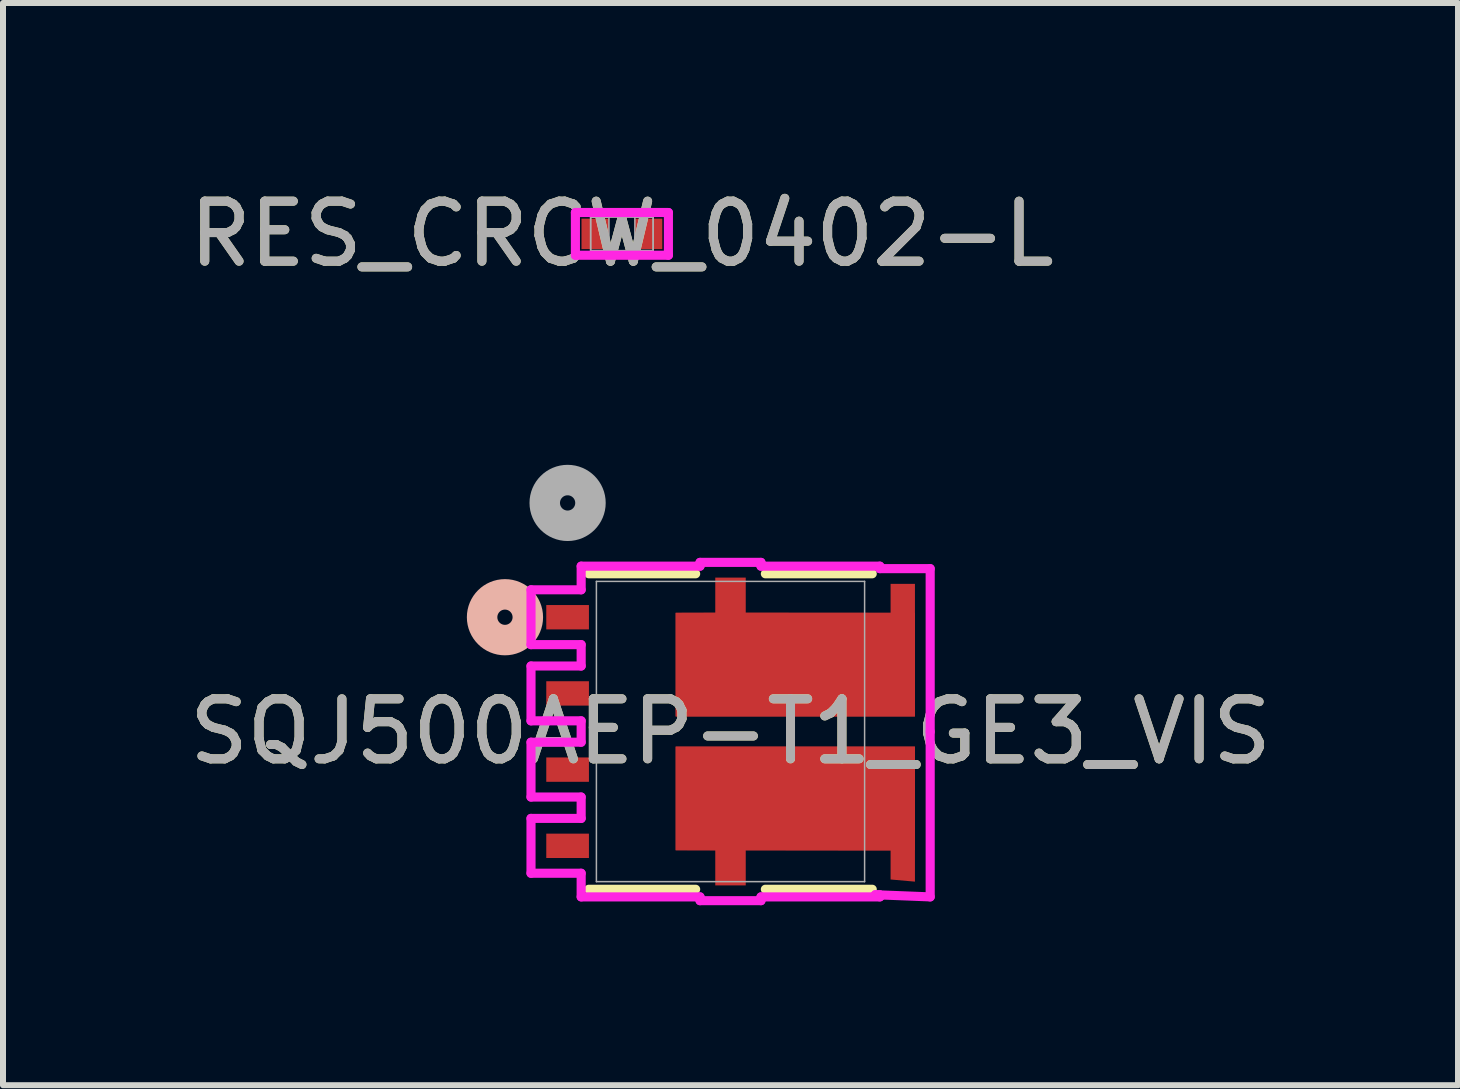
<source format=kicad_pcb>
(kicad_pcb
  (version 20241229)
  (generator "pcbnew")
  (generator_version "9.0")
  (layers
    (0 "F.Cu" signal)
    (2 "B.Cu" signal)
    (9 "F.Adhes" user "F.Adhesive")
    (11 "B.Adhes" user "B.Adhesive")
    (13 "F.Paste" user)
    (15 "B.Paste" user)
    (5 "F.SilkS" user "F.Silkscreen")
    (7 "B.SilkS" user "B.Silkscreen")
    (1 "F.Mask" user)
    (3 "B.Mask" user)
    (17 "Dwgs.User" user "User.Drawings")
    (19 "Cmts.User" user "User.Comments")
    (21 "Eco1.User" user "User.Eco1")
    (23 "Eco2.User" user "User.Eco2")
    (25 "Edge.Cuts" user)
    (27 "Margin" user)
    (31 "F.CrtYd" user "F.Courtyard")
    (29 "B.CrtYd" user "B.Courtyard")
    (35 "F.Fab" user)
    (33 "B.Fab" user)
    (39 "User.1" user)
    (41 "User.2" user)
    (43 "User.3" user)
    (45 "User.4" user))
  (footprint "SQJ500AEP-T1_GE3_VIS"
    (layer "F.Cu")
    (at 9.125 9.142)
    (property "Reference" "SQJ500AEP-T1_GE3_VIS" (at 0 0 0) (unlocked yes) (layer "F.SilkS") (effects (font (size 1 1) (thickness 0.15))))
    (attr smd)
    (fp_poly (pts (xy -0.914 0.251) (xy 3.074 0.251) (xy 3.074 2.502) (xy 2.668 2.466) (xy 2.668 1.984) (xy 0.254 1.981) (xy 0.254 2.565) (xy -0.254 2.565) (xy -0.254 1.981) (xy -0.914 1.979)) (stroke (width 0) (type solid)) (fill yes) (layer "F.Cu"))
    (fp_poly (pts (xy -0.254 -2.565) (xy -0.254 -1.981) (xy -0.914 -1.979) (xy -0.914 -0.251) (xy 3.074 -0.251) (xy 3.074 -2.461) (xy 2.668 -2.461) (xy 2.668 -1.979) (xy 0.254 -1.981) (xy 0.254 -2.565)) (stroke (width 0) (type solid)) (fill yes) (layer "F.Cu"))
    (fp_poly (pts (xy -0.914 0.251) (xy 3.074 0.251) (xy 3.074 2.502) (xy 2.668 2.466) (xy 2.668 1.984) (xy 0.254 1.981) (xy 0.254 2.565) (xy -0.254 2.565) (xy -0.254 1.981) (xy -0.914 1.979)) (stroke (width 0) (type solid)) (fill yes) (layer "F.Mask"))
    (fp_poly (pts (xy -0.254 -2.565) (xy -0.254 -1.981) (xy -0.914 -1.979) (xy -0.914 -0.251) (xy 3.074 -0.251) (xy 3.074 -2.461) (xy 2.668 -2.461) (xy 2.668 -1.979) (xy 0.254 -1.981) (xy 0.254 -2.565)) (stroke (width 0) (type solid)) (fill yes) (layer "F.Mask"))
    (fp_line (start -2.362 2.629) (end -0.581 2.629) (stroke (width 0.152) (type solid)) (layer "F.SilkS"))
    (fp_line (start -0.581 -2.629) (end -2.362 -2.629) (stroke (width 0.152) (type solid)) (layer "F.SilkS"))
    (fp_line (start 0.581 2.629) (end 2.362 2.629) (stroke (width 0.152) (type solid)) (layer "F.SilkS"))
    (fp_line (start 2.362 -2.629) (end 0.581 -2.629) (stroke (width 0.152) (type solid)) (layer "F.SilkS"))
    (fp_circle (center -3.759 -1.905) (end -3.378 -1.905) (stroke (width 0.508) (type solid)) (fill no) (layer "B.SilkS"))
    (fp_poly (pts (xy -0.914 0.251) (xy 3.074 0.251) (xy 3.074 2.502) (xy 2.668 2.466) (xy 2.668 1.984) (xy 0.254 1.981) (xy 0.254 2.565) (xy -0.254 2.565) (xy -0.254 1.981) (xy -0.914 1.979)) (stroke (width 0) (type solid)) (fill yes) (layer "F.Paste"))
    (fp_poly (pts (xy -0.254 -2.565) (xy -0.254 -1.981) (xy -0.914 -1.979) (xy -0.914 -0.251) (xy 3.074 -0.251) (xy 3.074 -2.461) (xy 2.668 -2.461) (xy 2.668 -1.979) (xy 0.254 -1.981) (xy 0.254 -2.565)) (stroke (width 0) (type solid)) (fill yes) (layer "F.Paste"))
    (fp_line (start -3.325 -2.362) (end -3.325 -1.448) (stroke (width 0.152) (type solid)) (layer "F.CrtYd"))
    (fp_line (start -3.325 -1.448) (end -2.489 -1.448) (stroke (width 0.152) (type solid)) (layer "F.CrtYd"))
    (fp_line (start -3.325 -1.092) (end -3.325 -0.178) (stroke (width 0.152) (type solid)) (layer "F.CrtYd"))
    (fp_line (start -3.325 -0.178) (end -2.489 -0.178) (stroke (width 0.152) (type solid)) (layer "F.CrtYd"))
    (fp_line (start -3.325 0.178) (end -3.325 1.092) (stroke (width 0.152) (type solid)) (layer "F.CrtYd"))
    (fp_line (start -3.325 1.092) (end -2.489 1.092) (stroke (width 0.152) (type solid)) (layer "F.CrtYd"))
    (fp_line (start -3.325 1.448) (end -3.325 2.362) (stroke (width 0.152) (type solid)) (layer "F.CrtYd"))
    (fp_line (start -3.325 2.362) (end -2.489 2.362) (stroke (width 0.152) (type solid)) (layer "F.CrtYd"))
    (fp_line (start -2.489 -2.756) (end -2.489 -2.362) (stroke (width 0.152) (type solid)) (layer "F.CrtYd"))
    (fp_line (start -2.489 -2.362) (end -3.325 -2.362) (stroke (width 0.152) (type solid)) (layer "F.CrtYd"))
    (fp_line (start -2.489 -1.448) (end -2.489 -1.092) (stroke (width 0.152) (type solid)) (layer "F.CrtYd"))
    (fp_line (start -2.489 -1.092) (end -3.325 -1.092) (stroke (width 0.152) (type solid)) (layer "F.CrtYd"))
    (fp_line (start -2.489 -0.178) (end -2.489 0.178) (stroke (width 0.152) (type solid)) (layer "F.CrtYd"))
    (fp_line (start -2.489 0.178) (end -3.325 0.178) (stroke (width 0.152) (type solid)) (layer "F.CrtYd"))
    (fp_line (start -2.489 1.092) (end -2.489 1.448) (stroke (width 0.152) (type solid)) (layer "F.CrtYd"))
    (fp_line (start -2.489 1.448) (end -3.325 1.448) (stroke (width 0.152) (type solid)) (layer "F.CrtYd"))
    (fp_line (start -2.489 2.362) (end -2.489 2.756) (stroke (width 0.152) (type solid)) (layer "F.CrtYd"))
    (fp_line (start -2.489 2.756) (end -0.508 2.756) (stroke (width 0.152) (type solid)) (layer "F.CrtYd"))
    (fp_line (start -0.508 -2.819) (end -0.508 -2.756) (stroke (width 0.152) (type solid)) (layer "F.CrtYd"))
    (fp_line (start -0.508 -2.756) (end -2.489 -2.756) (stroke (width 0.152) (type solid)) (layer "F.CrtYd"))
    (fp_line (start -0.508 2.756) (end -0.508 2.819) (stroke (width 0.152) (type solid)) (layer "F.CrtYd"))
    (fp_line (start -0.508 2.819) (end 0.508 2.819) (stroke (width 0.152) (type solid)) (layer "F.CrtYd"))
    (fp_line (start 0.508 -2.819) (end -0.508 -2.819) (stroke (width 0.152) (type solid)) (layer "F.CrtYd"))
    (fp_line (start 0.508 -2.756) (end 0.508 -2.819) (stroke (width 0.152) (type solid)) (layer "F.CrtYd"))
    (fp_line (start 0.508 2.756) (end 2.489 2.756) (stroke (width 0.152) (type solid)) (layer "F.CrtYd"))
    (fp_line (start 0.508 2.819) (end 0.508 2.756) (stroke (width 0.152) (type solid)) (layer "F.CrtYd"))
    (fp_line (start 2.414 2.72) (end 3.328 2.756) (stroke (width 0.152) (type solid)) (layer "F.CrtYd"))
    (fp_line (start 2.489 -2.756) (end 0.508 -2.756) (stroke (width 0.152) (type solid)) (layer "F.CrtYd"))
    (fp_line (start 2.489 -2.715) (end 2.489 -2.756) (stroke (width 0.152) (type solid)) (layer "F.CrtYd"))
    (fp_line (start 2.489 2.723) (end 2.414 2.72) (stroke (width 0.152) (type solid)) (layer "F.CrtYd"))
    (fp_line (start 2.489 2.756) (end 2.489 2.723) (stroke (width 0.152) (type solid)) (layer "F.CrtYd"))
    (fp_line (start 3.328 -2.715) (end 2.489 -2.715) (stroke (width 0.152) (type solid)) (layer "F.CrtYd"))
    (fp_line (start 3.328 0.003) (end 3.328 -2.715) (stroke (width 0.152) (type solid)) (layer "F.CrtYd"))
    (fp_line (start 3.328 2.756) (end 3.328 0.003) (stroke (width 0.152) (type solid)) (layer "F.CrtYd"))
    (fp_line (start -2.235 -2.502) (end -2.235 2.502) (stroke (width 0.025) (type solid)) (layer "F.Fab"))
    (fp_line (start -2.235 2.502) (end 2.235 2.502) (stroke (width 0.025) (type solid)) (layer "F.Fab"))
    (fp_line (start 2.235 -2.502) (end -2.235 -2.502) (stroke (width 0.025) (type solid)) (layer "F.Fab"))
    (fp_line (start 2.235 2.502) (end 2.235 -2.502) (stroke (width 0.025) (type solid)) (layer "F.Fab"))
    (fp_circle (center -2.715 -3.81) (end -2.334 -3.81) (stroke (width 0.508) (type solid)) (fill no) (layer "F.Fab"))
    (fp_text user "${REFERENCE}" (at 0 0 0) (unlocked yes) (layer "F.Fab") (effects (font (size 1 1) (thickness 0.15))))
    (pad "1" smd rect (at -2.715 -1.905) (size 0.711 0.406) (layers "F.Cu" "F.Mask" "F.Paste"))
    (pad "2" smd rect (at -2.715 -0.635) (size 0.711 0.406) (layers "F.Cu" "F.Mask" "F.Paste"))
    (pad "3" smd rect (at -2.715 0.635) (size 0.711 0.406) (layers "F.Cu" "F.Mask" "F.Paste"))
    (pad "4" smd rect (at -2.715 1.905) (size 0.711 0.406) (layers "F.Cu" "F.Mask" "F.Paste"))
    (pad "5" smd rect (at 1.08 -1.115) (size 3.988 1.727) (layers "F.Cu" "F.Mask" "F.Paste"))
    (pad "6" smd rect (at 1.08 1.115) (size 3.988 1.727) (layers "F.Cu" "F.Mask" "F.Paste")))
  (footprint "RES_CRCW_0402-L"
    (layer "F.Cu")
    (at 7.315 0.848)
    (property "Reference" "RES_CRCW_0402-L" (at 0 0 0) (unlocked yes) (layer "F.SilkS") (effects (font (size 1 1) (thickness 0.15))))
    (attr smd)
    (fp_line (start -0.775 -0.356) (end 0.775 -0.356) (stroke (width 0.152) (type solid)) (layer "F.CrtYd"))
    (fp_line (start -0.775 0.356) (end -0.775 -0.356) (stroke (width 0.152) (type solid)) (layer "F.CrtYd"))
    (fp_line (start 0.775 -0.356) (end 0.775 0.356) (stroke (width 0.152) (type solid)) (layer "F.CrtYd"))
    (fp_line (start 0.775 0.356) (end -0.775 0.356) (stroke (width 0.152) (type solid)) (layer "F.CrtYd"))
    (fp_line (start -0.521 -0.279) (end -0.521 0.279) (stroke (width 0.025) (type solid)) (layer "F.Fab"))
    (fp_line (start -0.521 -0.279) (end -0.521 0.279) (stroke (width 0.025) (type solid)) (layer "F.Fab"))
    (fp_line (start -0.521 0.279) (end -0.216 0.279) (stroke (width 0.025) (type solid)) (layer "F.Fab"))
    (fp_line (start -0.521 0.279) (end 0.521 0.279) (stroke (width 0.025) (type solid)) (layer "F.Fab"))
    (fp_line (start -0.216 -0.279) (end -0.521 -0.279) (stroke (width 0.025) (type solid)) (layer "F.Fab"))
    (fp_line (start -0.216 0.279) (end -0.216 -0.279) (stroke (width 0.025) (type solid)) (layer "F.Fab"))
    (fp_line (start 0.216 -0.279) (end 0.216 0.279) (stroke (width 0.025) (type solid)) (layer "F.Fab"))
    (fp_line (start 0.216 0.279) (end 0.521 0.279) (stroke (width 0.025) (type solid)) (layer "F.Fab"))
    (fp_line (start 0.521 -0.279) (end -0.521 -0.279) (stroke (width 0.025) (type solid)) (layer "F.Fab"))
    (fp_line (start 0.521 -0.279) (end 0.216 -0.279) (stroke (width 0.025) (type solid)) (layer "F.Fab"))
    (fp_line (start 0.521 0.279) (end 0.521 -0.279) (stroke (width 0.025) (type solid)) (layer "F.Fab"))
    (fp_line (start 0.521 0.279) (end 0.521 -0.279) (stroke (width 0.025) (type solid)) (layer "F.Fab"))
    (fp_text user "${REFERENCE}" (at 0 0 0) (unlocked yes) (layer "F.Fab") (effects (font (size 1 1) (thickness 0.15))))
    (pad "1" smd rect (at -0.445 0) (size 0.457 0.508) (layers "F.Cu" "F.Mask" "F.Paste"))
    (pad "2" smd rect (at 0.445 0) (size 0.457 0.508) (layers "F.Cu" "F.Mask" "F.Paste"))
    (zone (net_name "") (layer "F.Cu") (hatch full 0.508) (connect_pads) (min_thickness 0.254) (filled_areas_thickness no) (keepout (tracks not_allowed) (vias not_allowed) (pads allowed) (copperpour not_allowed) (footprints allowed)) (placement (enabled no)) (fill) (polygon (pts (xy 7.15 0.62) (xy 7.481 0.62) (xy 7.481 1.077) (xy 7.15 1.077)))))
  (gr_rect
    (start -3 -3)
    (end 21.25 15.037)
    (stroke (width 0.1) (type default))
    (fill no)
    (layer "Edge.Cuts")))
</source>
